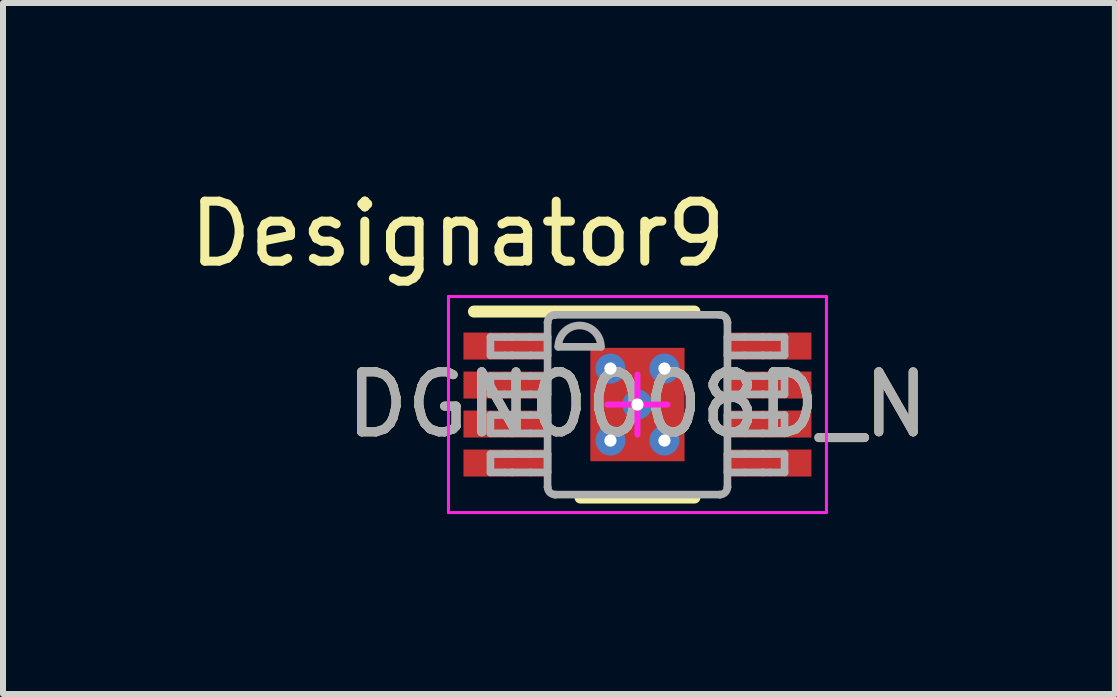
<source format=kicad_pcb>
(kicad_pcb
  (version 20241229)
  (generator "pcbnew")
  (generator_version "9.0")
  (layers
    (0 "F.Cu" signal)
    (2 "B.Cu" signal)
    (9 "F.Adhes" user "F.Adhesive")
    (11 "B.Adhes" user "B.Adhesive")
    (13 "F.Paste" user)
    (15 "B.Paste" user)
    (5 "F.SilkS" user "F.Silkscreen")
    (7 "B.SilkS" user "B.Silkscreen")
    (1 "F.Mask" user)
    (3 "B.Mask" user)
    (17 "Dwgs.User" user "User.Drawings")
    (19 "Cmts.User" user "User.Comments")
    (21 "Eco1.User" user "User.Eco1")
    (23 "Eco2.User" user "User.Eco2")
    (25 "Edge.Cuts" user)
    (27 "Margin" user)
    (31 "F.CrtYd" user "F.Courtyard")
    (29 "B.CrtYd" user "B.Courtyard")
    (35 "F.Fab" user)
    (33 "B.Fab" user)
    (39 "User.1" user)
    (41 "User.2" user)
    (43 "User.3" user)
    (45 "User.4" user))
  (footprint "DGN0008D_N"
    (layer "F.Cu")
    (at 7.575 3.693)
    (property "Reference" "DGN0008D_N" (at 0 0 0) (unlocked yes) (layer "F.SilkS") (effects (font (size 1 1) (thickness 0.15))))
    (attr smd)
    (fp_line (start -2.725 -1.55) (end 0.95 -1.55) (stroke (width 0.2) (type solid)) (layer "F.SilkS"))
    (fp_line (start -0.95 1.55) (end 0.95 1.55) (stroke (width 0.2) (type solid)) (layer "F.SilkS"))
    (fp_line (start -3.15 -1.8) (end 3.15 -1.8) (stroke (width 0.05) (type solid)) (layer "F.CrtYd"))
    (fp_line (start -3.15 1.8) (end -3.15 -1.8) (stroke (width 0.05) (type solid)) (layer "F.CrtYd"))
    (fp_line (start -3.15 1.8) (end 3.15 1.8) (stroke (width 0.05) (type solid)) (layer "F.CrtYd"))
    (fp_line (start -0.5 0) (end 0.5 0) (stroke (width 0.1) (type solid)) (layer "F.CrtYd"))
    (fp_line (start 0 0.5) (end 0 -0.5) (stroke (width 0.1) (type solid)) (layer "F.CrtYd"))
    (fp_line (start 3.15 1.8) (end 3.15 -1.8) (stroke (width 0.05) (type solid)) (layer "F.CrtYd"))
    (fp_line (start -2.45 -1.125) (end -2.21 -1.125) (stroke (width 0.127) (type solid)) (layer "F.Fab"))
    (fp_line (start -2.45 -0.82) (end -2.45 -1.125) (stroke (width 0.127) (type solid)) (layer "F.Fab"))
    (fp_line (start -2.45 -0.82) (end -2.21 -0.82) (stroke (width 0.127) (type solid)) (layer "F.Fab"))
    (fp_line (start -2.45 -0.475) (end -2.21 -0.475) (stroke (width 0.127) (type solid)) (layer "F.Fab"))
    (fp_line (start -2.45 -0.17) (end -2.45 -0.475) (stroke (width 0.127) (type solid)) (layer "F.Fab"))
    (fp_line (start -2.45 -0.17) (end -2.21 -0.17) (stroke (width 0.127) (type solid)) (layer "F.Fab"))
    (fp_line (start -2.45 0.175) (end -2.21 0.175) (stroke (width 0.127) (type solid)) (layer "F.Fab"))
    (fp_line (start -2.45 0.48) (end -2.45 0.175) (stroke (width 0.127) (type solid)) (layer "F.Fab"))
    (fp_line (start -2.45 0.48) (end -2.21 0.48) (stroke (width 0.127) (type solid)) (layer "F.Fab"))
    (fp_line (start -2.45 0.826) (end -2.21 0.826) (stroke (width 0.127) (type solid)) (layer "F.Fab"))
    (fp_line (start -2.45 1.131) (end -2.45 0.826) (stroke (width 0.127) (type solid)) (layer "F.Fab"))
    (fp_line (start -2.45 1.131) (end -2.21 1.131) (stroke (width 0.127) (type solid)) (layer "F.Fab"))
    (fp_line (start -2.21 -1.125) (end -2.09 -1.125) (stroke (width 0.127) (type solid)) (layer "F.Fab"))
    (fp_line (start -2.21 -0.82) (end -2.09 -0.82) (stroke (width 0.127) (type solid)) (layer "F.Fab"))
    (fp_line (start -2.21 -0.475) (end -2.09 -0.475) (stroke (width 0.127) (type solid)) (layer "F.Fab"))
    (fp_line (start -2.21 -0.17) (end -2.09 -0.17) (stroke (width 0.127) (type solid)) (layer "F.Fab"))
    (fp_line (start -2.21 0.175) (end -2.09 0.175) (stroke (width 0.127) (type solid)) (layer "F.Fab"))
    (fp_line (start -2.21 0.48) (end -2.09 0.48) (stroke (width 0.127) (type solid)) (layer "F.Fab"))
    (fp_line (start -2.21 0.826) (end -2.09 0.826) (stroke (width 0.127) (type solid)) (layer "F.Fab"))
    (fp_line (start -2.21 1.131) (end -2.09 1.131) (stroke (width 0.127) (type solid)) (layer "F.Fab"))
    (fp_line (start -2.09 -1.125) (end -2.087 -1.125) (stroke (width 0.127) (type solid)) (layer "F.Fab"))
    (fp_line (start -2.09 -0.82) (end -2.087 -0.82) (stroke (width 0.127) (type solid)) (layer "F.Fab"))
    (fp_line (start -2.09 -0.475) (end -2.087 -0.475) (stroke (width 0.127) (type solid)) (layer "F.Fab"))
    (fp_line (start -2.09 -0.17) (end -2.087 -0.17) (stroke (width 0.127) (type solid)) (layer "F.Fab"))
    (fp_line (start -2.09 0.175) (end -2.087 0.175) (stroke (width 0.127) (type solid)) (layer "F.Fab"))
    (fp_line (start -2.09 0.48) (end -2.087 0.48) (stroke (width 0.127) (type solid)) (layer "F.Fab"))
    (fp_line (start -2.09 0.826) (end -2.087 0.826) (stroke (width 0.127) (type solid)) (layer "F.Fab"))
    (fp_line (start -2.09 1.131) (end -2.087 1.131) (stroke (width 0.127) (type solid)) (layer "F.Fab"))
    (fp_line (start -2.087 -1.125) (end -1.784 -1.125) (stroke (width 0.127) (type solid)) (layer "F.Fab"))
    (fp_line (start -2.087 -0.82) (end -1.784 -0.82) (stroke (width 0.127) (type solid)) (layer "F.Fab"))
    (fp_line (start -2.087 -0.475) (end -1.784 -0.475) (stroke (width 0.127) (type solid)) (layer "F.Fab"))
    (fp_line (start -2.087 -0.17) (end -1.784 -0.17) (stroke (width 0.127) (type solid)) (layer "F.Fab"))
    (fp_line (start -2.087 0.175) (end -1.784 0.175) (stroke (width 0.127) (type solid)) (layer "F.Fab"))
    (fp_line (start -2.087 0.48) (end -1.784 0.48) (stroke (width 0.127) (type solid)) (layer "F.Fab"))
    (fp_line (start -2.087 0.826) (end -1.784 0.826) (stroke (width 0.127) (type solid)) (layer "F.Fab"))
    (fp_line (start -2.087 1.131) (end -1.784 1.131) (stroke (width 0.127) (type solid)) (layer "F.Fab"))
    (fp_line (start -1.784 -1.125) (end -1.498 -1.125) (stroke (width 0.127) (type solid)) (layer "F.Fab"))
    (fp_line (start -1.784 -0.82) (end -1.498 -0.82) (stroke (width 0.127) (type solid)) (layer "F.Fab"))
    (fp_line (start -1.784 -0.475) (end -1.498 -0.475) (stroke (width 0.127) (type solid)) (layer "F.Fab"))
    (fp_line (start -1.784 -0.17) (end -1.498 -0.17) (stroke (width 0.127) (type solid)) (layer "F.Fab"))
    (fp_line (start -1.784 0.175) (end -1.498 0.175) (stroke (width 0.127) (type solid)) (layer "F.Fab"))
    (fp_line (start -1.784 0.48) (end -1.498 0.48) (stroke (width 0.127) (type solid)) (layer "F.Fab"))
    (fp_line (start -1.784 0.826) (end -1.498 0.826) (stroke (width 0.127) (type solid)) (layer "F.Fab"))
    (fp_line (start -1.784 1.131) (end -1.498 1.131) (stroke (width 0.127) (type solid)) (layer "F.Fab"))
    (fp_line (start -1.498 -1.369) (end -1.497 -1.372) (stroke (width 0.127) (type solid)) (layer "F.Fab"))
    (fp_line (start -1.498 -0.82) (end -1.498 -1.125) (stroke (width 0.127) (type solid)) (layer "F.Fab"))
    (fp_line (start -1.498 -0.17) (end -1.498 -0.475) (stroke (width 0.127) (type solid)) (layer "F.Fab"))
    (fp_line (start -1.498 0.48) (end -1.498 0.175) (stroke (width 0.127) (type solid)) (layer "F.Fab"))
    (fp_line (start -1.498 1.131) (end -1.498 0.826) (stroke (width 0.127) (type solid)) (layer "F.Fab"))
    (fp_line (start -1.498 1.374) (end -1.498 -1.369) (stroke (width 0.127) (type solid)) (layer "F.Fab"))
    (fp_line (start -1.498 1.374) (end -1.497 1.377) (stroke (width 0.127) (type solid)) (layer "F.Fab"))
    (fp_line (start -1.373 -1.496) (end -1.371 -1.496) (stroke (width 0.127) (type solid)) (layer "F.Fab"))
    (fp_line (start -1.373 1.501) (end -1.371 1.501) (stroke (width 0.127) (type solid)) (layer "F.Fab"))
    (fp_line (start -1.371 -1.496) (end 1.373 -1.496) (stroke (width 0.127) (type solid)) (layer "F.Fab"))
    (fp_line (start -1.371 1.501) (end 1.373 1.501) (stroke (width 0.127) (type solid)) (layer "F.Fab"))
    (fp_line (start -1.32 -0.962) (end -0.609 -0.962) (stroke (width 0.127) (type solid)) (layer "F.Fab"))
    (fp_line (start 1.373 -1.496) (end 1.375 -1.496) (stroke (width 0.127) (type solid)) (layer "F.Fab"))
    (fp_line (start 1.373 1.501) (end 1.375 1.501) (stroke (width 0.127) (type solid)) (layer "F.Fab"))
    (fp_line (start 1.5 -1.372) (end 1.5 -1.369) (stroke (width 0.127) (type solid)) (layer "F.Fab"))
    (fp_line (start 1.5 1.377) (end 1.5 1.374) (stroke (width 0.127) (type solid)) (layer "F.Fab"))
    (fp_line (start 1.5 -1.125) (end 1.786 -1.125) (stroke (width 0.127) (type solid)) (layer "F.Fab"))
    (fp_line (start 1.5 -0.82) (end 1.5 -1.125) (stroke (width 0.127) (type solid)) (layer "F.Fab"))
    (fp_line (start 1.5 -0.82) (end 1.786 -0.82) (stroke (width 0.127) (type solid)) (layer "F.Fab"))
    (fp_line (start 1.5 -0.475) (end 1.786 -0.475) (stroke (width 0.127) (type solid)) (layer "F.Fab"))
    (fp_line (start 1.5 -0.17) (end 1.5 -0.475) (stroke (width 0.127) (type solid)) (layer "F.Fab"))
    (fp_line (start 1.5 -0.17) (end 1.786 -0.17) (stroke (width 0.127) (type solid)) (layer "F.Fab"))
    (fp_line (start 1.5 0.175) (end 1.786 0.175) (stroke (width 0.127) (type solid)) (layer "F.Fab"))
    (fp_line (start 1.5 0.48) (end 1.5 0.175) (stroke (width 0.127) (type solid)) (layer "F.Fab"))
    (fp_line (start 1.5 0.48) (end 1.786 0.48) (stroke (width 0.127) (type solid)) (layer "F.Fab"))
    (fp_line (start 1.5 0.826) (end 1.786 0.826) (stroke (width 0.127) (type solid)) (layer "F.Fab"))
    (fp_line (start 1.5 1.131) (end 1.5 0.826) (stroke (width 0.127) (type solid)) (layer "F.Fab"))
    (fp_line (start 1.5 1.131) (end 1.786 1.131) (stroke (width 0.127) (type solid)) (layer "F.Fab"))
    (fp_line (start 1.5 1.374) (end 1.5 -1.369) (stroke (width 0.127) (type solid)) (layer "F.Fab"))
    (fp_line (start 1.786 -1.125) (end 2.089 -1.125) (stroke (width 0.127) (type solid)) (layer "F.Fab"))
    (fp_line (start 1.786 -0.82) (end 2.089 -0.82) (stroke (width 0.127) (type solid)) (layer "F.Fab"))
    (fp_line (start 1.786 -0.475) (end 2.089 -0.475) (stroke (width 0.127) (type solid)) (layer "F.Fab"))
    (fp_line (start 1.786 -0.17) (end 2.089 -0.17) (stroke (width 0.127) (type solid)) (layer "F.Fab"))
    (fp_line (start 1.786 0.175) (end 2.089 0.175) (stroke (width 0.127) (type solid)) (layer "F.Fab"))
    (fp_line (start 1.786 0.48) (end 2.089 0.48) (stroke (width 0.127) (type solid)) (layer "F.Fab"))
    (fp_line (start 1.786 0.826) (end 2.089 0.826) (stroke (width 0.127) (type solid)) (layer "F.Fab"))
    (fp_line (start 1.786 1.131) (end 2.089 1.131) (stroke (width 0.127) (type solid)) (layer "F.Fab"))
    (fp_line (start 2.089 -1.125) (end 2.093 -1.125) (stroke (width 0.127) (type solid)) (layer "F.Fab"))
    (fp_line (start 2.089 -0.82) (end 2.093 -0.82) (stroke (width 0.127) (type solid)) (layer "F.Fab"))
    (fp_line (start 2.089 -0.475) (end 2.093 -0.475) (stroke (width 0.127) (type solid)) (layer "F.Fab"))
    (fp_line (start 2.089 -0.17) (end 2.093 -0.17) (stroke (width 0.127) (type solid)) (layer "F.Fab"))
    (fp_line (start 2.089 0.175) (end 2.093 0.175) (stroke (width 0.127) (type solid)) (layer "F.Fab"))
    (fp_line (start 2.089 0.48) (end 2.093 0.48) (stroke (width 0.127) (type solid)) (layer "F.Fab"))
    (fp_line (start 2.089 0.826) (end 2.093 0.826) (stroke (width 0.127) (type solid)) (layer "F.Fab"))
    (fp_line (start 2.089 1.131) (end 2.093 1.131) (stroke (width 0.127) (type solid)) (layer "F.Fab"))
    (fp_line (start 2.093 -1.125) (end 2.213 -1.125) (stroke (width 0.127) (type solid)) (layer "F.Fab"))
    (fp_line (start 2.093 -0.82) (end 2.213 -0.82) (stroke (width 0.127) (type solid)) (layer "F.Fab"))
    (fp_line (start 2.093 -0.475) (end 2.213 -0.475) (stroke (width 0.127) (type solid)) (layer "F.Fab"))
    (fp_line (start 2.093 -0.17) (end 2.213 -0.17) (stroke (width 0.127) (type solid)) (layer "F.Fab"))
    (fp_line (start 2.093 0.175) (end 2.213 0.175) (stroke (width 0.127) (type solid)) (layer "F.Fab"))
    (fp_line (start 2.093 0.48) (end 2.213 0.48) (stroke (width 0.127) (type solid)) (layer "F.Fab"))
    (fp_line (start 2.093 0.826) (end 2.213 0.826) (stroke (width 0.127) (type solid)) (layer "F.Fab"))
    (fp_line (start 2.093 1.131) (end 2.213 1.131) (stroke (width 0.127) (type solid)) (layer "F.Fab"))
    (fp_line (start 2.213 -1.125) (end 2.452 -1.125) (stroke (width 0.127) (type solid)) (layer "F.Fab"))
    (fp_line (start 2.213 -0.82) (end 2.452 -0.82) (stroke (width 0.127) (type solid)) (layer "F.Fab"))
    (fp_line (start 2.213 -0.475) (end 2.452 -0.475) (stroke (width 0.127) (type solid)) (layer "F.Fab"))
    (fp_line (start 2.213 -0.17) (end 2.452 -0.17) (stroke (width 0.127) (type solid)) (layer "F.Fab"))
    (fp_line (start 2.213 0.175) (end 2.452 0.175) (stroke (width 0.127) (type solid)) (layer "F.Fab"))
    (fp_line (start 2.213 0.48) (end 2.452 0.48) (stroke (width 0.127) (type solid)) (layer "F.Fab"))
    (fp_line (start 2.213 0.826) (end 2.452 0.826) (stroke (width 0.127) (type solid)) (layer "F.Fab"))
    (fp_line (start 2.213 1.131) (end 2.452 1.131) (stroke (width 0.127) (type solid)) (layer "F.Fab"))
    (fp_line (start 2.452 -0.82) (end 2.452 -1.125) (stroke (width 0.127) (type solid)) (layer "F.Fab"))
    (fp_line (start 2.452 -0.17) (end 2.452 -0.475) (stroke (width 0.127) (type solid)) (layer "F.Fab"))
    (fp_line (start 2.452 0.48) (end 2.452 0.175) (stroke (width 0.127) (type solid)) (layer "F.Fab"))
    (fp_line (start 2.452 1.131) (end 2.452 0.826) (stroke (width 0.127) (type solid)) (layer "F.Fab"))
    (fp_arc (start -1.497476 -1.371582) (mid -1.460306 -1.458644) (end -1.373243 -1.495814) (stroke (width 0.127) (type solid)) (layer "F.Fab"))
    (fp_arc (start -1.373243 1.501336) (mid -1.460306 1.464166) (end -1.497476 1.377104) (stroke (width 0.127) (type solid)) (layer "F.Fab"))
    (fp_arc (start -1.3197 -0.962439) (mid -0.9641 -1.318039) (end -0.6085 -0.962439) (stroke (width 0.127) (type solid)) (layer "F.Fab"))
    (fp_arc (start 1.375443 -1.495814) (mid 1.462505 -1.458644) (end 1.499675 -1.371582) (stroke (width 0.127) (type solid)) (layer "F.Fab"))
    (fp_arc (start 1.499675 1.377104) (mid 1.462505 1.464166) (end 1.375443 1.501336) (stroke (width 0.127) (type solid)) (layer "F.Fab"))
    (fp_text user "Designator9" (at -2.997 -2.845 0) (unlocked yes) (layer "F.SilkS") (effects (font (size 1 1) (thickness 0.15))))
    (fp_text user "${REFERENCE}" (at 0 0 0) (unlocked yes) (layer "F.Fab") (effects (font (size 1 1) (thickness 0.15))))
    (pad "1" smd rect (at -2.225 -0.975 90) (size 0.45 1.35) (layers "F.Cu" "F.Mask" "F.Paste"))
    (pad "2" smd rect (at -2.225 -0.325 90) (size 0.45 1.35) (layers "F.Cu" "F.Mask" "F.Paste"))
    (pad "3" smd rect (at -2.225 0.325 90) (size 0.45 1.35) (layers "F.Cu" "F.Mask" "F.Paste"))
    (pad "4" smd rect (at -2.225 0.975 90) (size 0.45 1.35) (layers "F.Cu" "F.Mask" "F.Paste"))
    (pad "5" smd rect (at 2.225 0.975 90) (size 0.45 1.35) (layers "F.Cu" "F.Mask" "F.Paste"))
    (pad "6" smd rect (at 2.225 0.325 90) (size 0.45 1.35) (layers "F.Cu" "F.Mask" "F.Paste"))
    (pad "7" smd rect (at 2.225 -0.325 90) (size 0.45 1.35) (layers "F.Cu" "F.Mask" "F.Paste"))
    (pad "8" smd rect (at 2.225 -0.975 90) (size 0.45 1.35) (layers "F.Cu" "F.Mask" "F.Paste"))
    (pad "9" smd rect (at 0 0) (size 1.57 1.89) (layers "F.Cu" "F.Mask" "F.Paste"))
    (pad "V" thru_hole circle (at -0.45 -0.6) (size 0.5 0.5) (drill 0.203) (layers "*.Cu" "*.Mask"))
    (pad "V" thru_hole circle (at -0.45 0.6) (size 0.5 0.5) (drill 0.203) (layers "*.Cu" "*.Mask"))
    (pad "V" thru_hole circle (at 0 0) (size 0.5 0.5) (drill 0.203) (layers "*.Cu" "*.Mask"))
    (pad "V" thru_hole circle (at 0.45 -0.6) (size 0.5 0.5) (drill 0.203) (layers "*.Cu" "*.Mask"))
    (pad "V" thru_hole circle (at 0.45 0.6) (size 0.5 0.5) (drill 0.203) (layers "*.Cu" "*.Mask")))
  (gr_rect
    (start -3 -3)
    (end 15.533 8.518)
    (stroke (width 0.1) (type default))
    (fill no)
    (layer "Edge.Cuts")))
</source>
